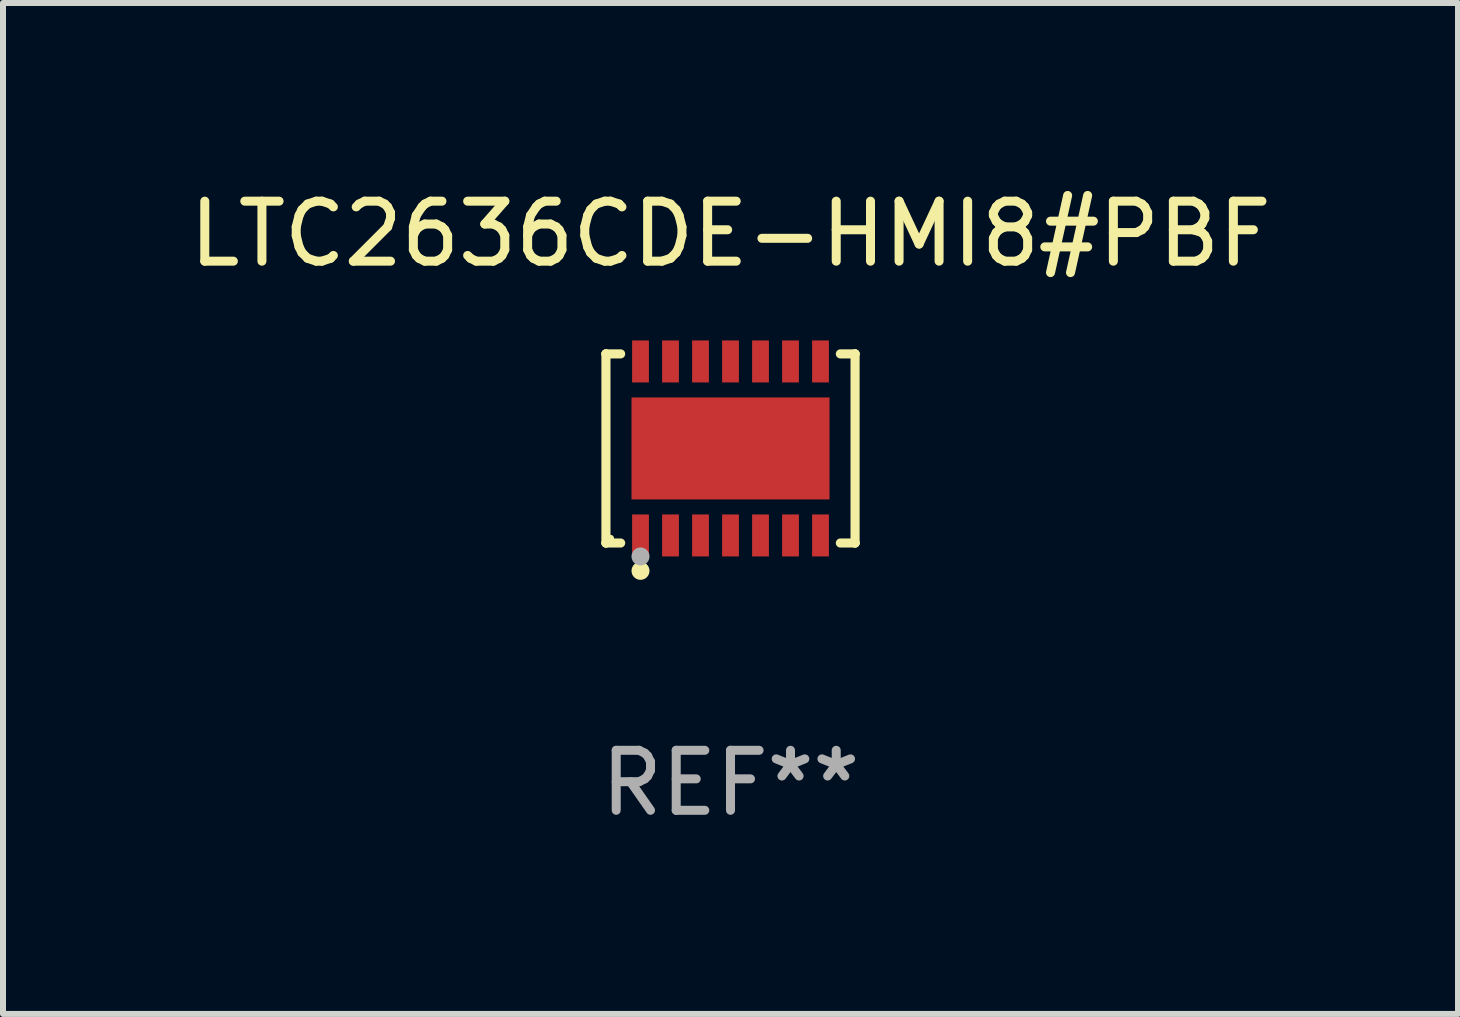
<source format=kicad_pcb>
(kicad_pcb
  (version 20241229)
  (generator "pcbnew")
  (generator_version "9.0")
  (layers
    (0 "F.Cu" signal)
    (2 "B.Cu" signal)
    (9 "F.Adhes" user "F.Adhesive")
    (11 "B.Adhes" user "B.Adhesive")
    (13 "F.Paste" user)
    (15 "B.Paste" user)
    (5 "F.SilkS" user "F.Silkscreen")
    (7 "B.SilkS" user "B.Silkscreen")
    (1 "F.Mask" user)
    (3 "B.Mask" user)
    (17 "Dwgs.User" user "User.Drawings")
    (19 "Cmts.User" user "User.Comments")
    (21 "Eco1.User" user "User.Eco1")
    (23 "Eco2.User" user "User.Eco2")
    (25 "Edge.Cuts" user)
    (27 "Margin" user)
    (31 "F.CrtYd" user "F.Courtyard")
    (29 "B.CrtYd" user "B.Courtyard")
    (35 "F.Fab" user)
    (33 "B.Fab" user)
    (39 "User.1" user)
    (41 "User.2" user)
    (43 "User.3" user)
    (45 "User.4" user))
  (footprint "LTC2636CDE-HMI8#PBF"
    (layer "F.Cu")
    (at 9.125 4.424)
    (property "Reference" "LTC2636CDE-HMI8#PBF" (at 0 -3.576 0) (layer "F.SilkS") (effects (font (size 1 1) (thickness 0.15))))
    (attr through_hole)
    (fp_line (start -2.076 -1.576) (end -2.076 -1.576) (stroke (width 0.152) (type solid)) (layer "F.SilkS"))
    (fp_line (start -2.076 -1.576) (end -1.831 -1.576) (stroke (width 0.152) (type solid)) (layer "F.SilkS"))
    (fp_line (start -2.076 1.576) (end -2.076 -1.576) (stroke (width 0.152) (type solid)) (layer "F.SilkS"))
    (fp_line (start -2.076 1.576) (end -2.076 1.576) (stroke (width 0.152) (type solid)) (layer "F.SilkS"))
    (fp_line (start -1.831 1.576) (end -2.076 1.576) (stroke (width 0.152) (type solid)) (layer "F.SilkS"))
    (fp_line (start 1.831 1.576) (end 2.076 1.576) (stroke (width 0.152) (type solid)) (layer "F.SilkS"))
    (fp_line (start 2.076 -1.576) (end 1.831 -1.576) (stroke (width 0.152) (type solid)) (layer "F.SilkS"))
    (fp_line (start 2.076 -1.576) (end 2.076 -1.576) (stroke (width 0.152) (type solid)) (layer "F.SilkS"))
    (fp_line (start 2.076 1.576) (end 2.076 -1.576) (stroke (width 0.152) (type solid)) (layer "F.SilkS"))
    (fp_line (start 2.076 1.576) (end 2.076 1.576) (stroke (width 0.152) (type solid)) (layer "F.SilkS"))
    (fp_circle (center -2 1.5) (end -1.97 1.5) (stroke (width 0.06) (type solid)) (fill no) (layer "F.SilkS"))
    (fp_circle (center -1.5 2.04) (end -1.425 2.04) (stroke (width 0.15) (type solid)) (fill no) (layer "F.SilkS"))
    (fp_circle (center -1.5 1.8) (end -1.425 1.8) (stroke (width 0.15) (type solid)) (fill no) (layer "F.Fab"))
    (fp_text user "REF**" (at 0 5.576 0) (layer "F.Fab") (effects (font (size 1 1) (thickness 0.15))))
    (pad "1" smd rect (at -1.5 1.45) (size 0.28 0.7) (layers "F.Cu" "F.Mask" "F.Paste"))
    (pad "2" smd rect (at -1 1.45) (size 0.28 0.7) (layers "F.Cu" "F.Mask" "F.Paste"))
    (pad "3" smd rect (at -0.5 1.45) (size 0.28 0.7) (layers "F.Cu" "F.Mask" "F.Paste"))
    (pad "4" smd rect (at 0 1.45) (size 0.28 0.7) (layers "F.Cu" "F.Mask" "F.Paste"))
    (pad "5" smd rect (at 0.5 1.45) (size 0.28 0.7) (layers "F.Cu" "F.Mask" "F.Paste"))
    (pad "6" smd rect (at 1 1.45) (size 0.28 0.7) (layers "F.Cu" "F.Mask" "F.Paste"))
    (pad "7" smd rect (at 1.5 1.45) (size 0.28 0.7) (layers "F.Cu" "F.Mask" "F.Paste"))
    (pad "8" smd rect (at 1.5 -1.45) (size 0.28 0.7) (layers "F.Cu" "F.Mask" "F.Paste"))
    (pad "9" smd rect (at 1 -1.45) (size 0.28 0.7) (layers "F.Cu" "F.Mask" "F.Paste"))
    (pad "10" smd rect (at 0.5 -1.45) (size 0.28 0.7) (layers "F.Cu" "F.Mask" "F.Paste"))
    (pad "11" smd rect (at 0 -1.45) (size 0.28 0.7) (layers "F.Cu" "F.Mask" "F.Paste"))
    (pad "12" smd rect (at -0.5 -1.45) (size 0.28 0.7) (layers "F.Cu" "F.Mask" "F.Paste"))
    (pad "13" smd rect (at -1 -1.45) (size 0.28 0.7) (layers "F.Cu" "F.Mask" "F.Paste"))
    (pad "14" smd rect (at -1.5 -1.45) (size 0.28 0.7) (layers "F.Cu" "F.Mask" "F.Paste"))
    (pad "15" smd rect (at 0 0) (size 3.3 1.7) (layers "F.Cu" "F.Mask" "F.Paste")))
  (gr_rect
    (start -3 -3)
    (end 21.25 13.849)
    (stroke (width 0.1) (type default))
    (fill no)
    (layer "Edge.Cuts")))
</source>
